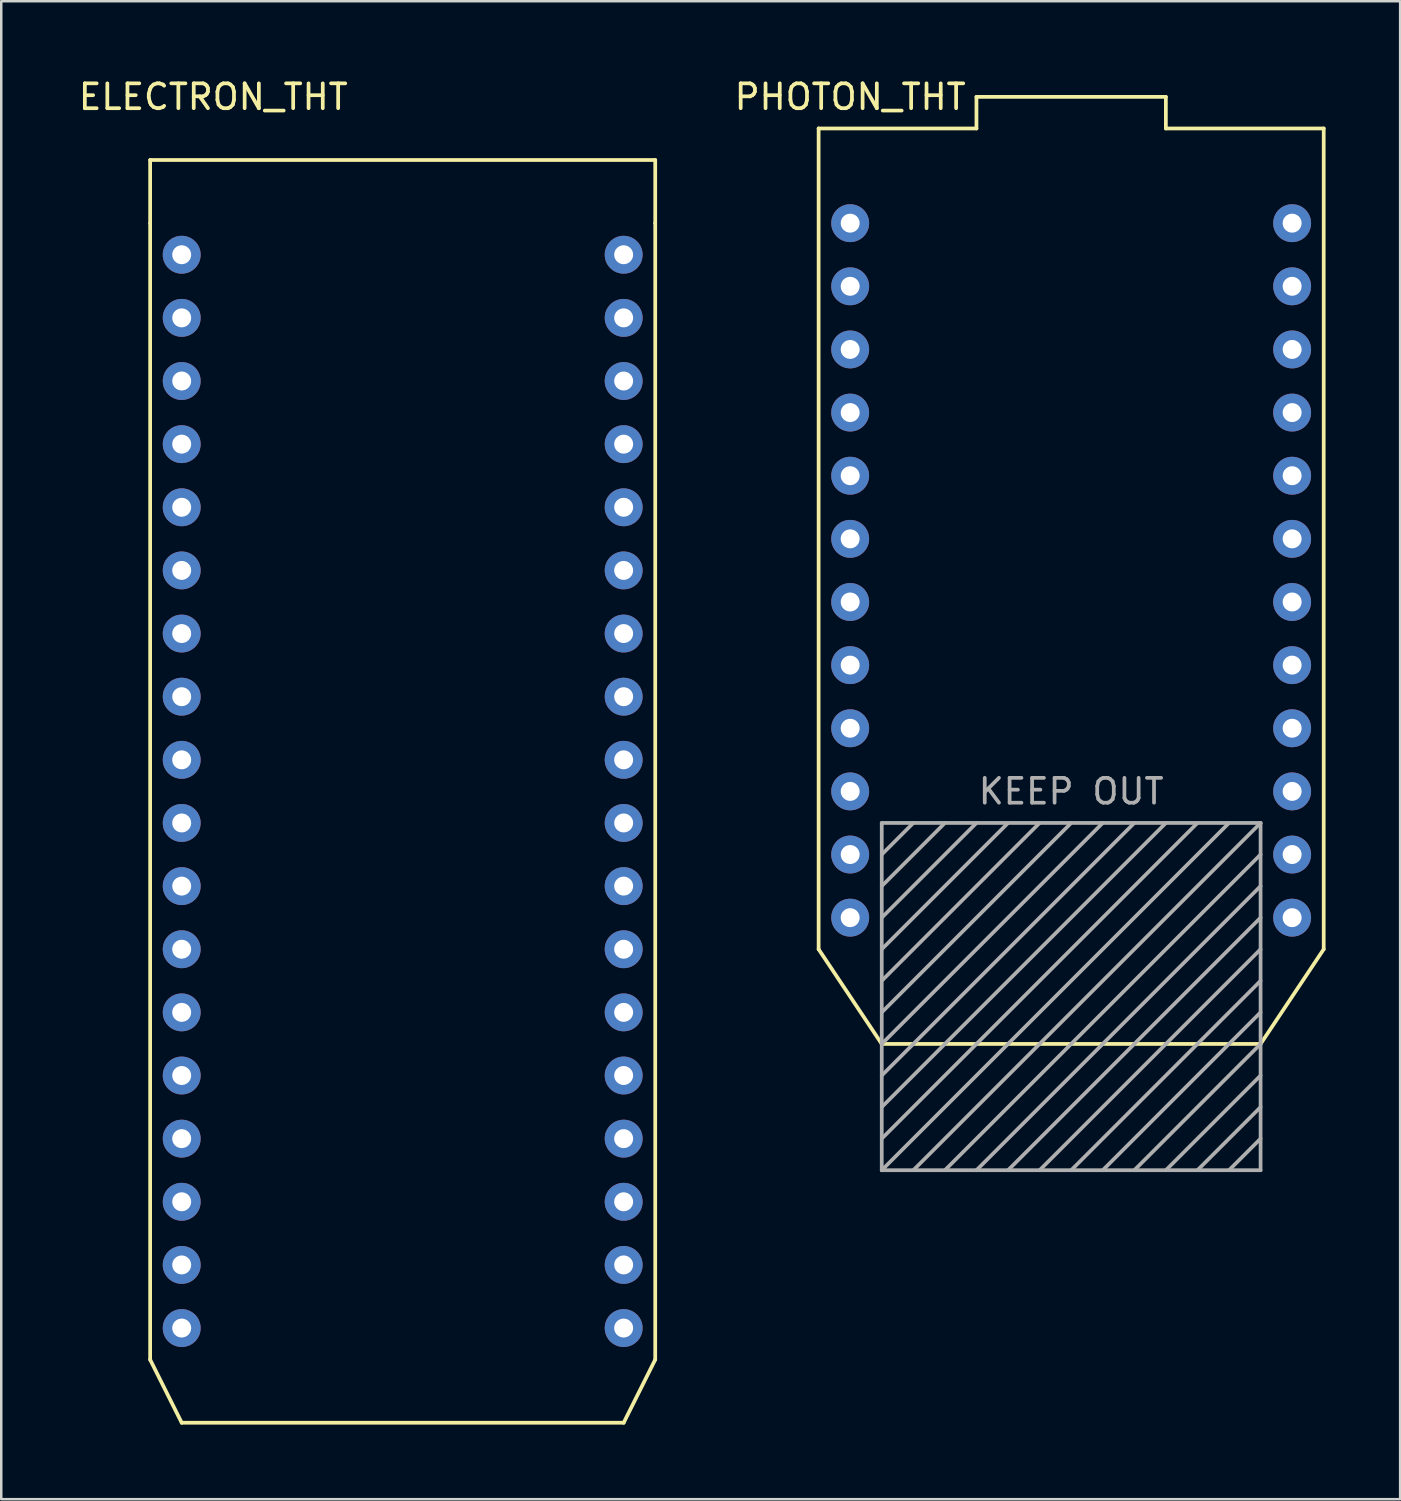
<source format=kicad_pcb>
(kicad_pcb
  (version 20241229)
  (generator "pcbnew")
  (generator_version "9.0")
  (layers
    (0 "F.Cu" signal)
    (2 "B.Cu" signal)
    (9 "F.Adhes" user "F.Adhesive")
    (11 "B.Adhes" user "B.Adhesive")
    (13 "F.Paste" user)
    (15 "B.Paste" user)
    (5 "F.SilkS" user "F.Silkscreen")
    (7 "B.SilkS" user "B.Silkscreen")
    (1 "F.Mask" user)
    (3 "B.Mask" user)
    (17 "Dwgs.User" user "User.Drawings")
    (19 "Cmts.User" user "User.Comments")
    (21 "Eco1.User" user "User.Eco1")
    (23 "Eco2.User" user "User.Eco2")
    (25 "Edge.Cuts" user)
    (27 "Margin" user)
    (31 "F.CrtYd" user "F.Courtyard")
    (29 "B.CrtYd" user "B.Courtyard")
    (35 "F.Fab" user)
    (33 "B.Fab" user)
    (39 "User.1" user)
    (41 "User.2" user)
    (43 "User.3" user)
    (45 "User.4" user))
  (footprint "ELECTRON_THT"
    (layer "F.Cu")
    (at 13.15 27.518)
    (property "Reference" "ELECTRON_THT" (at -7.62 -26.67 0) (layer "F.SilkS") (effects (font (size 1 1) (thickness 0.15))))
    (attr through_hole)
    (fp_line (start -10.16 -24.13) (end 10.16 -24.13) (stroke (width 0.15) (type solid)) (layer "F.SilkS"))
    (fp_line (start -10.16 -21.59) (end -10.16 -24.13) (stroke (width 0.15) (type solid)) (layer "F.SilkS"))
    (fp_line (start -10.16 24.13) (end -10.16 -21.59) (stroke (width 0.15) (type solid)) (layer "F.SilkS"))
    (fp_line (start -10.16 24.13) (end -8.89 26.67) (stroke (width 0.15) (type solid)) (layer "F.SilkS"))
    (fp_line (start 8.89 26.67) (end -8.89 26.67) (stroke (width 0.15) (type solid)) (layer "F.SilkS"))
    (fp_line (start 8.89 26.67) (end 10.16 24.13) (stroke (width 0.15) (type solid)) (layer "F.SilkS"))
    (fp_line (start 10.16 -24.13) (end 10.16 -21.59) (stroke (width 0.15) (type solid)) (layer "F.SilkS"))
    (fp_line (start 10.16 -21.59) (end 10.16 24.13) (stroke (width 0.15) (type solid)) (layer "F.SilkS"))
    (pad "1" thru_hole circle (at -8.89 -20.32) (size 1.524 1.524) (drill 0.762) (layers "*.Cu" "*.Mask"))
    (pad "2" thru_hole circle (at -8.89 -17.78) (size 1.524 1.524) (drill 0.762) (layers "*.Cu" "*.Mask"))
    (pad "3" thru_hole circle (at -8.89 -15.24) (size 1.524 1.524) (drill 0.762) (layers "*.Cu" "*.Mask"))
    (pad "4" thru_hole circle (at -8.89 -12.7) (size 1.524 1.524) (drill 0.762) (layers "*.Cu" "*.Mask"))
    (pad "5" thru_hole circle (at -8.89 -10.16) (size 1.524 1.524) (drill 0.762) (layers "*.Cu" "*.Mask"))
    (pad "6" thru_hole circle (at -8.89 -7.62) (size 1.524 1.524) (drill 0.762) (layers "*.Cu" "*.Mask"))
    (pad "7" thru_hole circle (at -8.89 -5.08) (size 1.524 1.524) (drill 0.762) (layers "*.Cu" "*.Mask"))
    (pad "8" thru_hole circle (at -8.89 -2.54) (size 1.524 1.524) (drill 0.762) (layers "*.Cu" "*.Mask"))
    (pad "9" thru_hole circle (at -8.89 0) (size 1.524 1.524) (drill 0.762) (layers "*.Cu" "*.Mask"))
    (pad "10" thru_hole circle (at -8.89 2.54) (size 1.524 1.524) (drill 0.762) (layers "*.Cu" "*.Mask"))
    (pad "11" thru_hole circle (at -8.89 5.08) (size 1.524 1.524) (drill 0.762) (layers "*.Cu" "*.Mask"))
    (pad "12" thru_hole circle (at -8.89 7.62) (size 1.524 1.524) (drill 0.762) (layers "*.Cu" "*.Mask"))
    (pad "13" thru_hole circle (at -8.89 10.16) (size 1.524 1.524) (drill 0.762) (layers "*.Cu" "*.Mask"))
    (pad "14" thru_hole circle (at -8.89 12.7) (size 1.524 1.524) (drill 0.762) (layers "*.Cu" "*.Mask"))
    (pad "15" thru_hole circle (at -8.89 15.24) (size 1.524 1.524) (drill 0.762) (layers "*.Cu" "*.Mask"))
    (pad "16" thru_hole circle (at -8.89 17.78) (size 1.524 1.524) (drill 0.762) (layers "*.Cu" "*.Mask"))
    (pad "17" thru_hole circle (at -8.89 20.32) (size 1.524 1.524) (drill 0.762) (layers "*.Cu" "*.Mask"))
    (pad "18" thru_hole circle (at -8.89 22.86) (size 1.524 1.524) (drill 0.762) (layers "*.Cu" "*.Mask"))
    (pad "19" thru_hole circle (at 8.89 22.86) (size 1.524 1.524) (drill 0.762) (layers "*.Cu" "*.Mask"))
    (pad "20" thru_hole circle (at 8.89 20.32) (size 1.524 1.524) (drill 0.762) (layers "*.Cu" "*.Mask"))
    (pad "21" thru_hole circle (at 8.89 17.78) (size 1.524 1.524) (drill 0.762) (layers "*.Cu" "*.Mask"))
    (pad "22" thru_hole circle (at 8.89 15.24) (size 1.524 1.524) (drill 0.762) (layers "*.Cu" "*.Mask"))
    (pad "23" thru_hole circle (at 8.89 12.7) (size 1.524 1.524) (drill 0.762) (layers "*.Cu" "*.Mask"))
    (pad "24" thru_hole circle (at 8.89 10.16) (size 1.524 1.524) (drill 0.762) (layers "*.Cu" "*.Mask"))
    (pad "25" thru_hole circle (at 8.89 7.62) (size 1.524 1.524) (drill 0.762) (layers "*.Cu" "*.Mask"))
    (pad "26" thru_hole circle (at 8.89 5.08) (size 1.524 1.524) (drill 0.762) (layers "*.Cu" "*.Mask"))
    (pad "27" thru_hole circle (at 8.89 2.54) (size 1.524 1.524) (drill 0.762) (layers "*.Cu" "*.Mask"))
    (pad "28" thru_hole circle (at 8.89 0) (size 1.524 1.524) (drill 0.762) (layers "*.Cu" "*.Mask"))
    (pad "29" thru_hole circle (at 8.89 -2.54) (size 1.524 1.524) (drill 0.762) (layers "*.Cu" "*.Mask"))
    (pad "30" thru_hole circle (at 8.89 -5.08) (size 1.524 1.524) (drill 0.762) (layers "*.Cu" "*.Mask"))
    (pad "31" thru_hole circle (at 8.89 -7.62) (size 1.524 1.524) (drill 0.762) (layers "*.Cu" "*.Mask"))
    (pad "32" thru_hole circle (at 8.89 -10.16) (size 1.524 1.524) (drill 0.762) (layers "*.Cu" "*.Mask"))
    (pad "33" thru_hole circle (at 8.89 -12.7) (size 1.524 1.524) (drill 0.762) (layers "*.Cu" "*.Mask"))
    (pad "34" thru_hole circle (at 8.89 -15.24) (size 1.524 1.524) (drill 0.762) (layers "*.Cu" "*.Mask"))
    (pad "35" thru_hole circle (at 8.89 -17.78) (size 1.524 1.524) (drill 0.762) (layers "*.Cu" "*.Mask"))
    (pad "36" thru_hole circle (at 8.89 -20.32) (size 1.524 1.524) (drill 0.762) (layers "*.Cu" "*.Mask")))
  (footprint "PHOTON_THT"
    (layer "F.Cu")
    (at 40.043 19.898)
    (property "Reference" "PHOTON_THT" (at -8.89 -19.05 0) (layer "F.SilkS") (effects (font (size 1 1) (thickness 0.15))))
    (attr through_hole)
    (fp_line (start -10.16 15.24) (end -10.16 -17.78) (stroke (width 0.15) (type solid)) (layer "F.SilkS"))
    (fp_line (start -7.62 19.05) (end -10.16 15.24) (stroke (width 0.15) (type solid)) (layer "F.SilkS"))
    (fp_line (start -3.81 -19.05) (end 3.81 -19.05) (stroke (width 0.15) (type solid)) (layer "F.SilkS"))
    (fp_line (start -3.81 -17.78) (end -10.16 -17.78) (stroke (width 0.15) (type solid)) (layer "F.SilkS"))
    (fp_line (start -3.81 -17.78) (end -3.81 -19.05) (stroke (width 0.15) (type solid)) (layer "F.SilkS"))
    (fp_line (start 3.81 -19.05) (end 3.81 -17.78) (stroke (width 0.15) (type solid)) (layer "F.SilkS"))
    (fp_line (start 7.62 19.05) (end -7.62 19.05) (stroke (width 0.15) (type solid)) (layer "F.SilkS"))
    (fp_line (start 7.62 19.05) (end 10.16 15.24) (stroke (width 0.15) (type solid)) (layer "F.SilkS"))
    (fp_line (start 10.16 -17.78) (end 3.81 -17.78) (stroke (width 0.15) (type solid)) (layer "F.SilkS"))
    (fp_line (start 10.16 -17.78) (end 10.16 15.24) (stroke (width 0.15) (type solid)) (layer "F.SilkS"))
    (fp_line (start -7.62 10.16) (end -7.62 24.13) (stroke (width 0.15) (type solid)) (layer "F.Fab"))
    (fp_line (start -7.62 10.16) (end 7.62 10.16) (stroke (width 0.15) (type solid)) (layer "F.Fab"))
    (fp_line (start -7.62 11.43) (end -6.35 10.16) (stroke (width 0.15) (type solid)) (layer "F.Fab"))
    (fp_line (start -7.62 12.7) (end -5.08 10.16) (stroke (width 0.15) (type solid)) (layer "F.Fab"))
    (fp_line (start -7.62 13.97) (end -3.81 10.16) (stroke (width 0.15) (type solid)) (layer "F.Fab"))
    (fp_line (start -7.62 15.24) (end -2.54 10.16) (stroke (width 0.15) (type solid)) (layer "F.Fab"))
    (fp_line (start -7.62 16.51) (end -1.27 10.16) (stroke (width 0.15) (type solid)) (layer "F.Fab"))
    (fp_line (start -7.62 17.78) (end 0 10.16) (stroke (width 0.15) (type solid)) (layer "F.Fab"))
    (fp_line (start -7.62 19.05) (end 1.27 10.16) (stroke (width 0.15) (type solid)) (layer "F.Fab"))
    (fp_line (start -7.62 20.32) (end 2.54 10.16) (stroke (width 0.15) (type solid)) (layer "F.Fab"))
    (fp_line (start -7.62 21.59) (end 3.81 10.16) (stroke (width 0.15) (type solid)) (layer "F.Fab"))
    (fp_line (start -7.62 22.86) (end 5.08 10.16) (stroke (width 0.15) (type solid)) (layer "F.Fab"))
    (fp_line (start -7.62 24.13) (end 6.35 10.16) (stroke (width 0.15) (type solid)) (layer "F.Fab"))
    (fp_line (start -7.62 24.13) (end 7.62 24.13) (stroke (width 0.15) (type solid)) (layer "F.Fab"))
    (fp_line (start -5.08 24.13) (end 7.62 11.43) (stroke (width 0.15) (type solid)) (layer "F.Fab"))
    (fp_line (start -3.81 24.13) (end 7.62 12.7) (stroke (width 0.15) (type solid)) (layer "F.Fab"))
    (fp_line (start -2.54 24.13) (end 7.62 13.97) (stroke (width 0.15) (type solid)) (layer "F.Fab"))
    (fp_line (start -1.27 24.13) (end 7.62 15.24) (stroke (width 0.15) (type solid)) (layer "F.Fab"))
    (fp_line (start 1.27 24.13) (end 7.62 17.78) (stroke (width 0.15) (type solid)) (layer "F.Fab"))
    (fp_line (start 2.54 24.13) (end 7.62 19.05) (stroke (width 0.15) (type solid)) (layer "F.Fab"))
    (fp_line (start 5.08 24.13) (end 7.62 21.59) (stroke (width 0.15) (type solid)) (layer "F.Fab"))
    (fp_line (start 6.35 24.13) (end 7.62 22.86) (stroke (width 0.15) (type solid)) (layer "F.Fab"))
    (fp_line (start 7.62 10.16) (end -6.35 24.13) (stroke (width 0.15) (type solid)) (layer "F.Fab"))
    (fp_line (start 7.62 10.16) (end 7.62 24.13) (stroke (width 0.15) (type solid)) (layer "F.Fab"))
    (fp_line (start 7.62 16.51) (end 0 24.13) (stroke (width 0.15) (type solid)) (layer "F.Fab"))
    (fp_line (start 7.62 20.32) (end 3.81 24.13) (stroke (width 0.15) (type solid)) (layer "F.Fab"))
    (fp_text user "KEEP OUT" (at 0 8.89 0) (layer "F.Fab") (effects (font (size 1 1) (thickness 0.15))))
    (pad "1" thru_hole circle (at -8.89 -13.97) (size 1.524 1.524) (drill 0.762) (layers "*.Cu" "*.Mask"))
    (pad "2" thru_hole circle (at -8.89 -11.43) (size 1.524 1.524) (drill 0.762) (layers "*.Cu" "*.Mask"))
    (pad "3" thru_hole circle (at -8.89 -8.89) (size 1.524 1.524) (drill 0.762) (layers "*.Cu" "*.Mask"))
    (pad "4" thru_hole circle (at -8.89 -6.35) (size 1.524 1.524) (drill 0.762) (layers "*.Cu" "*.Mask"))
    (pad "5" thru_hole circle (at -8.89 -3.81) (size 1.524 1.524) (drill 0.762) (layers "*.Cu" "*.Mask"))
    (pad "6" thru_hole circle (at -8.89 -1.27) (size 1.524 1.524) (drill 0.762) (layers "*.Cu" "*.Mask"))
    (pad "7" thru_hole circle (at -8.89 1.27) (size 1.524 1.524) (drill 0.762) (layers "*.Cu" "*.Mask"))
    (pad "8" thru_hole circle (at -8.89 3.81) (size 1.524 1.524) (drill 0.762) (layers "*.Cu" "*.Mask"))
    (pad "9" thru_hole circle (at -8.89 6.35) (size 1.524 1.524) (drill 0.762) (layers "*.Cu" "*.Mask"))
    (pad "10" thru_hole circle (at -8.89 8.89) (size 1.524 1.524) (drill 0.762) (layers "*.Cu" "*.Mask"))
    (pad "11" thru_hole circle (at -8.89 11.43) (size 1.524 1.524) (drill 0.762) (layers "*.Cu" "*.Mask"))
    (pad "12" thru_hole circle (at -8.89 13.97) (size 1.524 1.524) (drill 0.762) (layers "*.Cu" "*.Mask"))
    (pad "13" thru_hole circle (at 8.89 13.97) (size 1.524 1.524) (drill 0.762) (layers "*.Cu" "*.Mask"))
    (pad "14" thru_hole circle (at 8.89 11.43) (size 1.524 1.524) (drill 0.762) (layers "*.Cu" "*.Mask"))
    (pad "15" thru_hole circle (at 8.89 8.89) (size 1.524 1.524) (drill 0.762) (layers "*.Cu" "*.Mask"))
    (pad "16" thru_hole circle (at 8.89 6.35) (size 1.524 1.524) (drill 0.762) (layers "*.Cu" "*.Mask"))
    (pad "17" thru_hole circle (at 8.89 3.81) (size 1.524 1.524) (drill 0.762) (layers "*.Cu" "*.Mask"))
    (pad "18" thru_hole circle (at 8.89 1.27) (size 1.524 1.524) (drill 0.762) (layers "*.Cu" "*.Mask"))
    (pad "19" thru_hole circle (at 8.89 -1.27) (size 1.524 1.524) (drill 0.762) (layers "*.Cu" "*.Mask"))
    (pad "20" thru_hole circle (at 8.89 -3.81) (size 1.524 1.524) (drill 0.762) (layers "*.Cu" "*.Mask"))
    (pad "21" thru_hole circle (at 8.89 -6.35) (size 1.524 1.524) (drill 0.762) (layers "*.Cu" "*.Mask"))
    (pad "22" thru_hole circle (at 8.89 -8.89) (size 1.524 1.524) (drill 0.762) (layers "*.Cu" "*.Mask"))
    (pad "23" thru_hole circle (at 8.89 -11.43) (size 1.524 1.524) (drill 0.762) (layers "*.Cu" "*.Mask"))
    (pad "24" thru_hole circle (at 8.89 -13.97) (size 1.524 1.524) (drill 0.762) (layers "*.Cu" "*.Mask")))
  (gr_rect
    (start -3 -3)
    (end 53.278 57.263)
    (stroke (width 0.1) (type default))
    (fill no)
    (layer "Edge.Cuts")))
</source>
